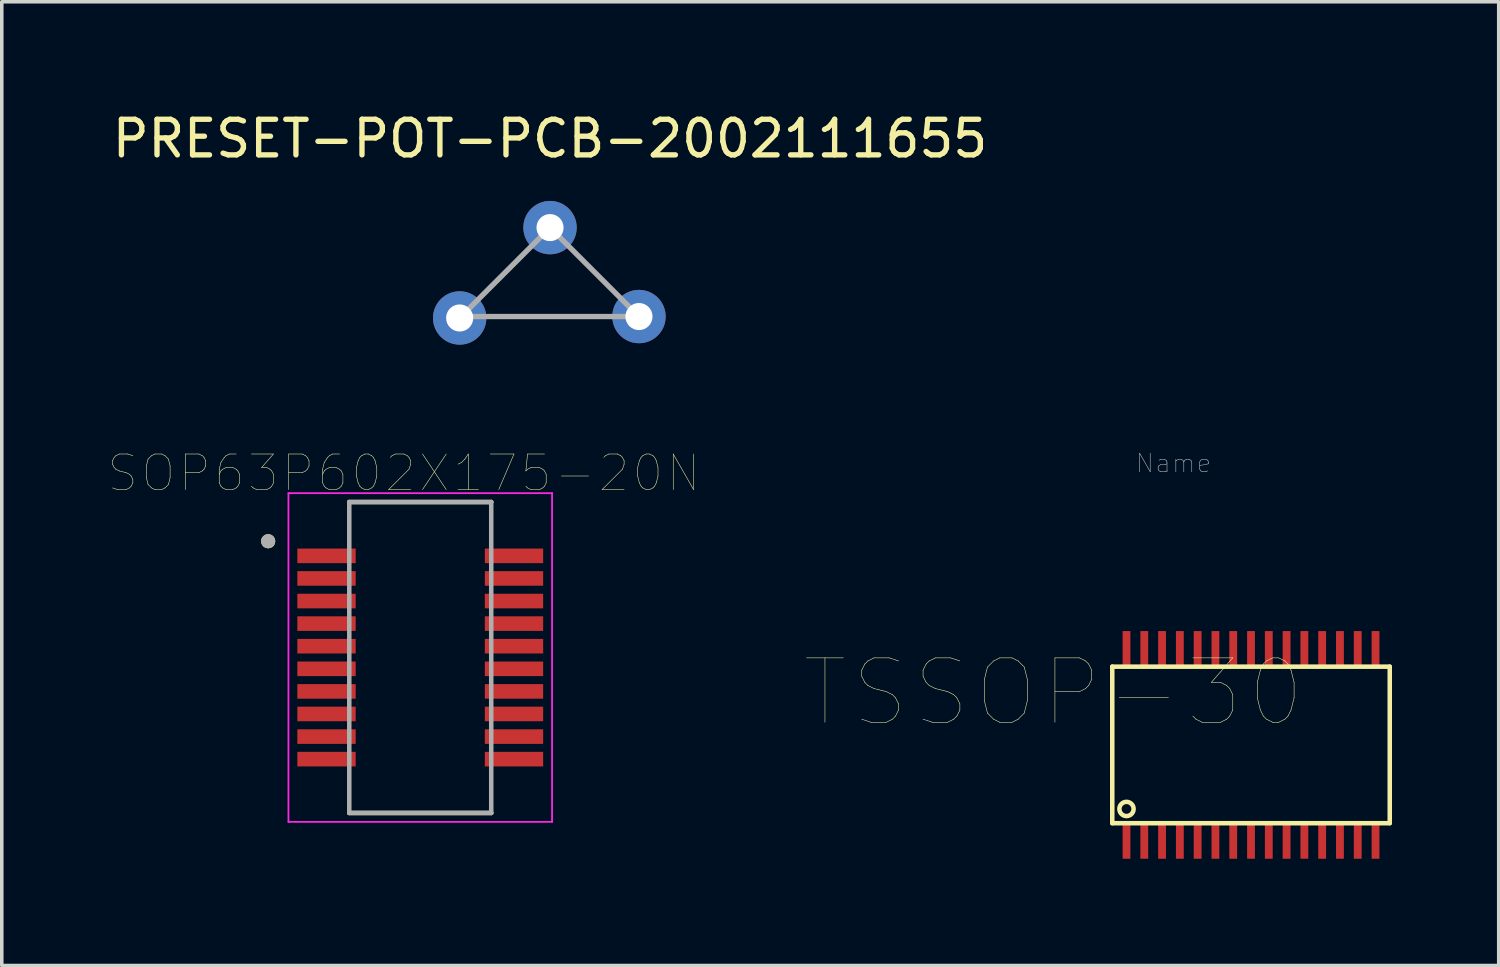
<source format=kicad_pcb>
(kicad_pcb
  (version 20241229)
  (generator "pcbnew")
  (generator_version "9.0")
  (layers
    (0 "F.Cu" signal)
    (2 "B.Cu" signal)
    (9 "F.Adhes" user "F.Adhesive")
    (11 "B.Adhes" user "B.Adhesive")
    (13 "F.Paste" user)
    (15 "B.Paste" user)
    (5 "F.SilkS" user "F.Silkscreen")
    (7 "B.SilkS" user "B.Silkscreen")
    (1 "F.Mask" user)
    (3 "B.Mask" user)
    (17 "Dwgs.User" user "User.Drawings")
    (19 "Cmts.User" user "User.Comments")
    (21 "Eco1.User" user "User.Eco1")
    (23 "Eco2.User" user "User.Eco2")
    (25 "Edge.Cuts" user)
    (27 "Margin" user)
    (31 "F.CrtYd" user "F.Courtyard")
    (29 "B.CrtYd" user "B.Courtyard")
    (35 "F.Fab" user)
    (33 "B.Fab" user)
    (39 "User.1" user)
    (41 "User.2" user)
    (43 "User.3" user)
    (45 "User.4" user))
  (footprint "PRESET-POT-PCB-2002111655"
    (layer "F.Cu")
    (at 12.411 3.348)
    (property "Reference" "PRESET-POT-PCB-2002111655" (at 0 -2.5 0) (layer "F.SilkS") (effects (font (size 1 1) (thickness 0.15))))
    (attr through_hole)
    (fp_line (start -2.5 2.5) (end 2.5 2.5) (stroke (width 0.15) (type solid)) (layer "F.Fab"))
    (fp_line (start 0 0) (end -2.5 2.5) (stroke (width 0.15) (type solid)) (layer "F.Fab"))
    (fp_line (start 2.5 2.5) (end 0 0) (stroke (width 0.15) (type solid)) (layer "F.Fab"))
    (pad "1" thru_hole circle (at -2.54 2.54) (size 1.5 1.5) (drill 0.762) (layers "*.Cu" "*.Mask"))
    (pad "2" thru_hole circle (at 0 0) (size 1.5 1.5) (drill 0.762) (layers "*.Cu" "*.Mask"))
    (pad "3" thru_hole circle (at 2.5 2.5) (size 1.5 1.5) (drill 0.762) (layers "*.Cu" "*.Mask")))
  (footprint "SOP63P602X175-20N"
    (layer "F.Cu")
    (at 8.763 15.432)
    (property "Reference" "SOP63P602X175-20N" (at -0.46 -5.182 0) (layer "F.SilkS") (effects (font (size 1 1) (thickness 0.015))))
    (attr through_hole)
    (fp_line (start -1.995 -4.37) (end 1.995 -4.37) (stroke (width 0.127) (type solid)) (layer "F.SilkS"))
    (fp_line (start -1.995 4.37) (end 1.995 4.37) (stroke (width 0.127) (type solid)) (layer "F.SilkS"))
    (fp_circle (center -4.275 -3.268) (end -4.175 -3.268) (stroke (width 0.2) (type solid)) (fill no) (layer "F.SilkS"))
    (fp_line (start -3.705 -4.62) (end -3.705 4.62) (stroke (width 0.05) (type solid)) (layer "F.CrtYd"))
    (fp_line (start -3.705 -4.62) (end 3.705 -4.62) (stroke (width 0.05) (type solid)) (layer "F.CrtYd"))
    (fp_line (start -3.705 4.62) (end 3.705 4.62) (stroke (width 0.05) (type solid)) (layer "F.CrtYd"))
    (fp_line (start 3.705 -4.62) (end 3.705 4.62) (stroke (width 0.05) (type solid)) (layer "F.CrtYd"))
    (fp_line (start -1.995 -4.37) (end -1.995 4.37) (stroke (width 0.127) (type solid)) (layer "F.Fab"))
    (fp_line (start -1.995 -4.37) (end 1.995 -4.37) (stroke (width 0.127) (type solid)) (layer "F.Fab"))
    (fp_line (start -1.995 4.37) (end 1.995 4.37) (stroke (width 0.127) (type solid)) (layer "F.Fab"))
    (fp_line (start 1.995 -4.37) (end 1.995 4.37) (stroke (width 0.127) (type solid)) (layer "F.Fab"))
    (fp_circle (center -4.275 -3.268) (end -4.175 -3.268) (stroke (width 0.2) (type solid)) (fill no) (layer "F.Fab"))
    (pad "1" smd rect (at -2.635 -2.857) (size 1.64 0.41) (layers "F.Cu" "F.Mask" "F.Paste"))
    (pad "2" smd rect (at -2.635 -2.223) (size 1.64 0.41) (layers "F.Cu" "F.Mask" "F.Paste"))
    (pad "3" smd rect (at -2.635 -1.587) (size 1.64 0.41) (layers "F.Cu" "F.Mask" "F.Paste"))
    (pad "4" smd rect (at -2.635 -0.953) (size 1.64 0.41) (layers "F.Cu" "F.Mask" "F.Paste"))
    (pad "5" smd rect (at -2.635 -0.318) (size 1.64 0.41) (layers "F.Cu" "F.Mask" "F.Paste"))
    (pad "6" smd rect (at -2.635 0.318) (size 1.64 0.41) (layers "F.Cu" "F.Mask" "F.Paste"))
    (pad "7" smd rect (at -2.635 0.953) (size 1.64 0.41) (layers "F.Cu" "F.Mask" "F.Paste"))
    (pad "8" smd rect (at -2.635 1.587) (size 1.64 0.41) (layers "F.Cu" "F.Mask" "F.Paste"))
    (pad "9" smd rect (at -2.635 2.223) (size 1.64 0.41) (layers "F.Cu" "F.Mask" "F.Paste"))
    (pad "10" smd rect (at -2.635 2.857) (size 1.64 0.41) (layers "F.Cu" "F.Mask" "F.Paste"))
    (pad "11" smd rect (at 2.635 2.857) (size 1.64 0.41) (layers "F.Cu" "F.Mask" "F.Paste"))
    (pad "12" smd rect (at 2.635 2.223) (size 1.64 0.41) (layers "F.Cu" "F.Mask" "F.Paste"))
    (pad "13" smd rect (at 2.635 1.587) (size 1.64 0.41) (layers "F.Cu" "F.Mask" "F.Paste"))
    (pad "14" smd rect (at 2.635 0.953) (size 1.64 0.41) (layers "F.Cu" "F.Mask" "F.Paste"))
    (pad "15" smd rect (at 2.635 0.318) (size 1.64 0.41) (layers "F.Cu" "F.Mask" "F.Paste"))
    (pad "16" smd rect (at 2.635 -0.318) (size 1.64 0.41) (layers "F.Cu" "F.Mask" "F.Paste"))
    (pad "17" smd rect (at 2.635 -0.953) (size 1.64 0.41) (layers "F.Cu" "F.Mask" "F.Paste"))
    (pad "18" smd rect (at 2.635 -1.587) (size 1.64 0.41) (layers "F.Cu" "F.Mask" "F.Paste"))
    (pad "19" smd rect (at 2.635 -2.223) (size 1.64 0.41) (layers "F.Cu" "F.Mask" "F.Paste"))
    (pad "20" smd rect (at 2.635 -2.857) (size 1.64 0.41) (layers "F.Cu" "F.Mask" "F.Paste")))
  (footprint "TSSOP-30"
    (layer "F.Cu")
    (at 28.615 20.589)
    (property "Reference" "TSSOP-30" (at -2.055 -4.173 180) (layer "F.SilkS") (effects (font (size 1.81 1.81) (thickness 0.015))))
    (attr through_hole)
    (fp_line (start -0.4 -4.9) (end -0.4 -0.5) (stroke (width 0.127) (type solid)) (layer "F.SilkS"))
    (fp_line (start -0.4 -0.5) (end 7.4 -0.5) (stroke (width 0.127) (type solid)) (layer "F.SilkS"))
    (fp_line (start 7.4 -4.9) (end -0.4 -4.9) (stroke (width 0.127) (type solid)) (layer "F.SilkS"))
    (fp_line (start 7.4 -0.5) (end 7.4 -4.9) (stroke (width 0.127) (type solid)) (layer "F.SilkS"))
    (fp_circle (center 0 -0.9) (end 0.2 -0.9) (stroke (width 0.127) (type solid)) (fill no) (layer "F.SilkS"))
    (fp_text user "Name" (at 1.325 -10.62 0) (layer "Dwgs.User") (effects (font (size 0.522 0.522) (thickness 0.015))))
    (pad "P$1" smd rect (at 0 0) (size 0.22 1) (layers "F.Cu" "F.Mask" "F.Paste"))
    (pad "P$2" smd rect (at 0.5 0) (size 0.22 1) (layers "F.Cu" "F.Mask" "F.Paste"))
    (pad "P$3" smd rect (at 1 0) (size 0.22 1) (layers "F.Cu" "F.Mask" "F.Paste"))
    (pad "P$4" smd rect (at 1.5 0) (size 0.22 1) (layers "F.Cu" "F.Mask" "F.Paste"))
    (pad "P$5" smd rect (at 2 0) (size 0.22 1) (layers "F.Cu" "F.Mask" "F.Paste"))
    (pad "P$6" smd rect (at 2.5 0) (size 0.22 1) (layers "F.Cu" "F.Mask" "F.Paste"))
    (pad "P$7" smd rect (at 3 0) (size 0.22 1) (layers "F.Cu" "F.Mask" "F.Paste"))
    (pad "P$8" smd rect (at 3.5 0) (size 0.22 1) (layers "F.Cu" "F.Mask" "F.Paste"))
    (pad "P$9" smd rect (at 4 0) (size 0.22 1) (layers "F.Cu" "F.Mask" "F.Paste"))
    (pad "P$10" smd rect (at 4.5 0) (size 0.22 1) (layers "F.Cu" "F.Mask" "F.Paste"))
    (pad "P$11" smd rect (at 5 0) (size 0.22 1) (layers "F.Cu" "F.Mask" "F.Paste"))
    (pad "P$12" smd rect (at 5.5 0) (size 0.22 1) (layers "F.Cu" "F.Mask" "F.Paste"))
    (pad "P$13" smd rect (at 6 0) (size 0.22 1) (layers "F.Cu" "F.Mask" "F.Paste"))
    (pad "P$14" smd rect (at 6.5 0) (size 0.22 1) (layers "F.Cu" "F.Mask" "F.Paste"))
    (pad "P$15" smd rect (at 7 0) (size 0.22 1) (layers "F.Cu" "F.Mask" "F.Paste"))
    (pad "P$16" smd rect (at 7 -5.4) (size 0.22 1) (layers "F.Cu" "F.Mask" "F.Paste"))
    (pad "P$17" smd rect (at 6.5 -5.4) (size 0.22 1) (layers "F.Cu" "F.Mask" "F.Paste"))
    (pad "P$18" smd rect (at 6 -5.4) (size 0.22 1) (layers "F.Cu" "F.Mask" "F.Paste"))
    (pad "P$19" smd rect (at 5.5 -5.4) (size 0.22 1) (layers "F.Cu" "F.Mask" "F.Paste"))
    (pad "P$20" smd rect (at 5 -5.4) (size 0.22 1) (layers "F.Cu" "F.Mask" "F.Paste"))
    (pad "P$21" smd rect (at 4.5 -5.4) (size 0.22 1) (layers "F.Cu" "F.Mask" "F.Paste"))
    (pad "P$22" smd rect (at 4 -5.4) (size 0.22 1) (layers "F.Cu" "F.Mask" "F.Paste"))
    (pad "P$23" smd rect (at 3.5 -5.4) (size 0.22 1) (layers "F.Cu" "F.Mask" "F.Paste"))
    (pad "P$24" smd rect (at 3 -5.4) (size 0.22 1) (layers "F.Cu" "F.Mask" "F.Paste"))
    (pad "P$25" smd rect (at 2.5 -5.4) (size 0.22 1) (layers "F.Cu" "F.Mask" "F.Paste"))
    (pad "P$26" smd rect (at 2 -5.4) (size 0.22 1) (layers "F.Cu" "F.Mask" "F.Paste"))
    (pad "P$27" smd rect (at 1.5 -5.4) (size 0.22 1) (layers "F.Cu" "F.Mask" "F.Paste"))
    (pad "P$28" smd rect (at 1 -5.4) (size 0.22 1) (layers "F.Cu" "F.Mask" "F.Paste"))
    (pad "P$29" smd rect (at 0.5 -5.4) (size 0.22 1) (layers "F.Cu" "F.Mask" "F.Paste"))
    (pad "P$30" smd rect (at 0 -5.4) (size 0.22 1) (layers "F.Cu" "F.Mask" "F.Paste")))
  (gr_rect
    (start -3 -3)
    (end 39.078 24.089)
    (stroke (width 0.1) (type default))
    (fill no)
    (layer "Edge.Cuts")))
</source>
